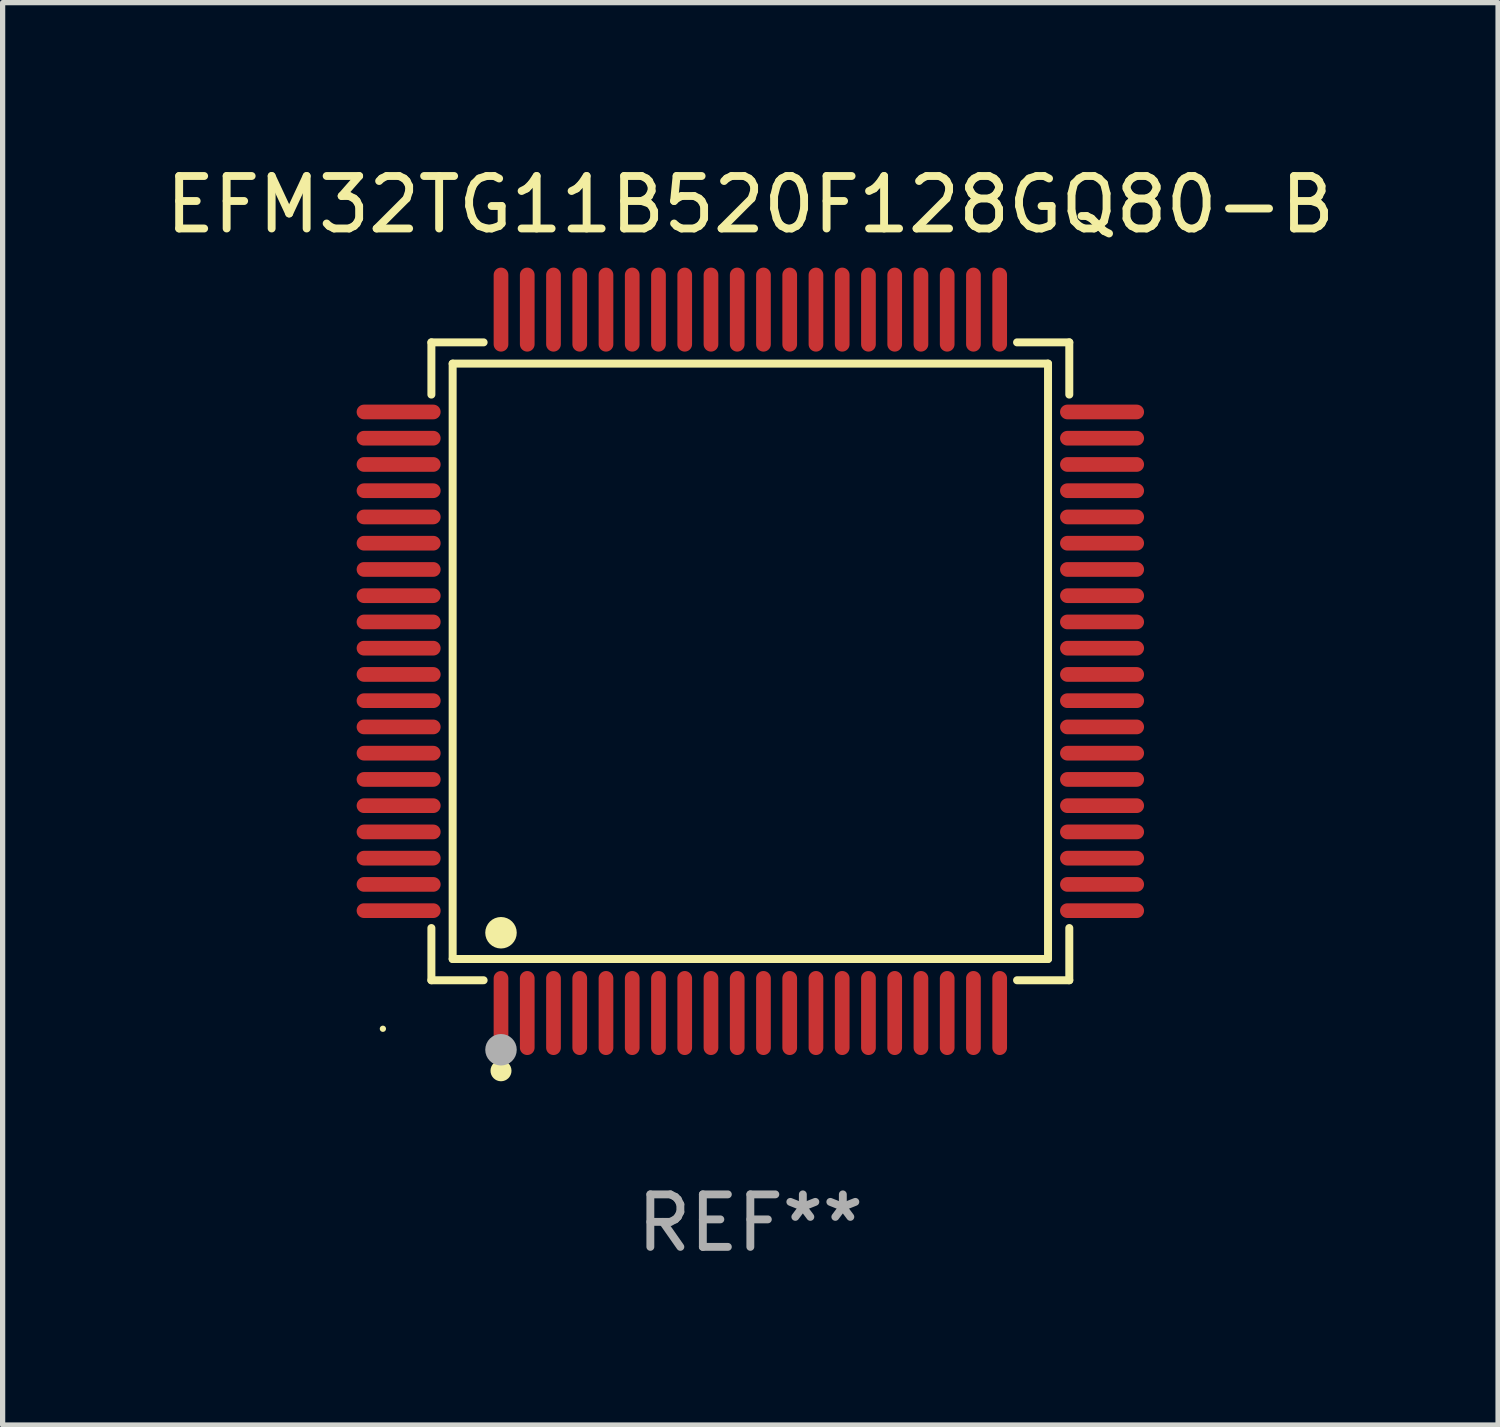
<source format=kicad_pcb>
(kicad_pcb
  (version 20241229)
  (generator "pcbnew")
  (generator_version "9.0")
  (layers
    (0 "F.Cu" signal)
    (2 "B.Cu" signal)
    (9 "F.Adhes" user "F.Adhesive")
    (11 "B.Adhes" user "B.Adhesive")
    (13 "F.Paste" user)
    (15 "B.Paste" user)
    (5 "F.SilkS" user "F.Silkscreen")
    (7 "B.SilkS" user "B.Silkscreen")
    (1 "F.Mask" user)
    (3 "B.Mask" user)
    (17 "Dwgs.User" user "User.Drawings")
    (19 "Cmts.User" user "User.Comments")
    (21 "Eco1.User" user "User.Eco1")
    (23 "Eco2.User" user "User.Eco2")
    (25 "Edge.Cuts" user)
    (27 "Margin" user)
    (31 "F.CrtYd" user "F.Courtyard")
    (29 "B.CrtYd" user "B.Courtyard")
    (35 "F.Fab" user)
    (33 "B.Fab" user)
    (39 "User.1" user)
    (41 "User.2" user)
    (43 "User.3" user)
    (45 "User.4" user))
  (footprint "EFM32TG11B520F128GQ80-B"
    (layer "F.Cu")
    (at 11.244 9.548)
    (property "Reference" "EFM32TG11B520F128GQ80-B" (at 0 -8.7 0) (layer "F.SilkS") (effects (font (size 1 1) (thickness 0.15))))
    (attr through_hole)
    (fp_line (start -6.076 -6.076) (end -5.081 -6.076) (stroke (width 0.152) (type solid)) (layer "F.SilkS"))
    (fp_line (start -6.076 -5.081) (end -6.076 -6.076) (stroke (width 0.152) (type solid)) (layer "F.SilkS"))
    (fp_line (start -6.076 5.081) (end -6.076 6.076) (stroke (width 0.152) (type solid)) (layer "F.SilkS"))
    (fp_line (start -6.076 6.076) (end -5.081 6.076) (stroke (width 0.152) (type solid)) (layer "F.SilkS"))
    (fp_line (start -5.671 -5.671) (end 5.671 -5.671) (stroke (width 0.152) (type solid)) (layer "F.SilkS"))
    (fp_line (start -5.671 5.671) (end -5.671 -5.671) (stroke (width 0.152) (type solid)) (layer "F.SilkS"))
    (fp_line (start 5.671 -5.671) (end 5.671 5.671) (stroke (width 0.152) (type solid)) (layer "F.SilkS"))
    (fp_line (start 5.671 5.671) (end -5.671 5.671) (stroke (width 0.152) (type solid)) (layer "F.SilkS"))
    (fp_line (start 6.076 -6.076) (end 5.081 -6.076) (stroke (width 0.152) (type solid)) (layer "F.SilkS"))
    (fp_line (start 6.076 -5.081) (end 6.076 -6.076) (stroke (width 0.152) (type solid)) (layer "F.SilkS"))
    (fp_line (start 6.076 5.081) (end 6.076 6.076) (stroke (width 0.152) (type solid)) (layer "F.SilkS"))
    (fp_line (start 6.076 6.076) (end 5.081 6.076) (stroke (width 0.152) (type solid)) (layer "F.SilkS"))
    (fp_circle (center -7 7) (end -6.97 7) (stroke (width 0.06) (type solid)) (fill no) (layer "F.SilkS"))
    (fp_circle (center -4.75 5.171) (end -4.6 5.171) (stroke (width 0.3) (type solid)) (fill no) (layer "F.SilkS"))
    (fp_circle (center -4.75 7.8) (end -4.65 7.8) (stroke (width 0.2) (type solid)) (fill no) (layer "F.SilkS"))
    (fp_circle (center -4.75 7.4) (end -4.6 7.4) (stroke (width 0.3) (type solid)) (fill no) (layer "F.Fab"))
    (fp_text user "REF**" (at 0 10.7 0) (layer "F.Fab") (effects (font (size 1 1) (thickness 0.15))))
    (pad "1" smd oval (at -4.75 6.7) (size 0.28 1.6) (layers "F.Cu" "F.Mask" "F.Paste"))
    (pad "2" smd oval (at -4.25 6.7) (size 0.28 1.6) (layers "F.Cu" "F.Mask" "F.Paste"))
    (pad "3" smd oval (at -3.75 6.7) (size 0.28 1.6) (layers "F.Cu" "F.Mask" "F.Paste"))
    (pad "4" smd oval (at -3.25 6.7) (size 0.28 1.6) (layers "F.Cu" "F.Mask" "F.Paste"))
    (pad "5" smd oval (at -2.75 6.7) (size 0.28 1.6) (layers "F.Cu" "F.Mask" "F.Paste"))
    (pad "6" smd oval (at -2.25 6.7) (size 0.28 1.6) (layers "F.Cu" "F.Mask" "F.Paste"))
    (pad "7" smd oval (at -1.75 6.7) (size 0.28 1.6) (layers "F.Cu" "F.Mask" "F.Paste"))
    (pad "8" smd oval (at -1.25 6.7) (size 0.28 1.6) (layers "F.Cu" "F.Mask" "F.Paste"))
    (pad "9" smd oval (at -0.75 6.7) (size 0.28 1.6) (layers "F.Cu" "F.Mask" "F.Paste"))
    (pad "10" smd oval (at -0.25 6.7) (size 0.28 1.6) (layers "F.Cu" "F.Mask" "F.Paste"))
    (pad "11" smd oval (at 0.25 6.7) (size 0.28 1.6) (layers "F.Cu" "F.Mask" "F.Paste"))
    (pad "12" smd oval (at 0.75 6.7) (size 0.28 1.6) (layers "F.Cu" "F.Mask" "F.Paste"))
    (pad "13" smd oval (at 1.25 6.7) (size 0.28 1.6) (layers "F.Cu" "F.Mask" "F.Paste"))
    (pad "14" smd oval (at 1.75 6.7) (size 0.28 1.6) (layers "F.Cu" "F.Mask" "F.Paste"))
    (pad "15" smd oval (at 2.25 6.7) (size 0.28 1.6) (layers "F.Cu" "F.Mask" "F.Paste"))
    (pad "16" smd oval (at 2.75 6.7) (size 0.28 1.6) (layers "F.Cu" "F.Mask" "F.Paste"))
    (pad "17" smd oval (at 3.25 6.7) (size 0.28 1.6) (layers "F.Cu" "F.Mask" "F.Paste"))
    (pad "18" smd oval (at 3.75 6.7) (size 0.28 1.6) (layers "F.Cu" "F.Mask" "F.Paste"))
    (pad "19" smd oval (at 4.25 6.7) (size 0.28 1.6) (layers "F.Cu" "F.Mask" "F.Paste"))
    (pad "20" smd oval (at 4.75 6.7) (size 0.28 1.6) (layers "F.Cu" "F.Mask" "F.Paste"))
    (pad "21" smd oval (at 6.7 4.75) (size 1.6 0.28) (layers "F.Cu" "F.Mask" "F.Paste"))
    (pad "22" smd oval (at 6.7 4.25) (size 1.6 0.28) (layers "F.Cu" "F.Mask" "F.Paste"))
    (pad "23" smd oval (at 6.7 3.75) (size 1.6 0.28) (layers "F.Cu" "F.Mask" "F.Paste"))
    (pad "24" smd oval (at 6.7 3.25) (size 1.6 0.28) (layers "F.Cu" "F.Mask" "F.Paste"))
    (pad "25" smd oval (at 6.7 2.75) (size 1.6 0.28) (layers "F.Cu" "F.Mask" "F.Paste"))
    (pad "26" smd oval (at 6.7 2.25) (size 1.6 0.28) (layers "F.Cu" "F.Mask" "F.Paste"))
    (pad "27" smd oval (at 6.7 1.75) (size 1.6 0.28) (layers "F.Cu" "F.Mask" "F.Paste"))
    (pad "28" smd oval (at 6.7 1.25) (size 1.6 0.28) (layers "F.Cu" "F.Mask" "F.Paste"))
    (pad "29" smd oval (at 6.7 0.75) (size 1.6 0.28) (layers "F.Cu" "F.Mask" "F.Paste"))
    (pad "30" smd oval (at 6.7 0.25) (size 1.6 0.28) (layers "F.Cu" "F.Mask" "F.Paste"))
    (pad "31" smd oval (at 6.7 -0.25) (size 1.6 0.28) (layers "F.Cu" "F.Mask" "F.Paste"))
    (pad "32" smd oval (at 6.7 -0.75) (size 1.6 0.28) (layers "F.Cu" "F.Mask" "F.Paste"))
    (pad "33" smd oval (at 6.7 -1.25) (size 1.6 0.28) (layers "F.Cu" "F.Mask" "F.Paste"))
    (pad "34" smd oval (at 6.7 -1.75) (size 1.6 0.28) (layers "F.Cu" "F.Mask" "F.Paste"))
    (pad "35" smd oval (at 6.7 -2.25) (size 1.6 0.28) (layers "F.Cu" "F.Mask" "F.Paste"))
    (pad "36" smd oval (at 6.7 -2.75) (size 1.6 0.28) (layers "F.Cu" "F.Mask" "F.Paste"))
    (pad "37" smd oval (at 6.7 -3.25) (size 1.6 0.28) (layers "F.Cu" "F.Mask" "F.Paste"))
    (pad "38" smd oval (at 6.7 -3.75) (size 1.6 0.28) (layers "F.Cu" "F.Mask" "F.Paste"))
    (pad "39" smd oval (at 6.7 -4.25) (size 1.6 0.28) (layers "F.Cu" "F.Mask" "F.Paste"))
    (pad "40" smd oval (at 6.7 -4.75) (size 1.6 0.28) (layers "F.Cu" "F.Mask" "F.Paste"))
    (pad "41" smd oval (at 4.75 -6.7) (size 0.28 1.6) (layers "F.Cu" "F.Mask" "F.Paste"))
    (pad "42" smd oval (at 4.25 -6.7) (size 0.28 1.6) (layers "F.Cu" "F.Mask" "F.Paste"))
    (pad "43" smd oval (at 3.75 -6.7) (size 0.28 1.6) (layers "F.Cu" "F.Mask" "F.Paste"))
    (pad "44" smd oval (at 3.25 -6.7) (size 0.28 1.6) (layers "F.Cu" "F.Mask" "F.Paste"))
    (pad "45" smd oval (at 2.75 -6.7) (size 0.28 1.6) (layers "F.Cu" "F.Mask" "F.Paste"))
    (pad "46" smd oval (at 2.25 -6.7) (size 0.28 1.6) (layers "F.Cu" "F.Mask" "F.Paste"))
    (pad "47" smd oval (at 1.75 -6.7) (size 0.28 1.6) (layers "F.Cu" "F.Mask" "F.Paste"))
    (pad "48" smd oval (at 1.25 -6.7) (size 0.28 1.6) (layers "F.Cu" "F.Mask" "F.Paste"))
    (pad "49" smd oval (at 0.75 -6.7) (size 0.28 1.6) (layers "F.Cu" "F.Mask" "F.Paste"))
    (pad "50" smd oval (at 0.25 -6.7) (size 0.28 1.6) (layers "F.Cu" "F.Mask" "F.Paste"))
    (pad "51" smd oval (at -0.25 -6.7) (size 0.28 1.6) (layers "F.Cu" "F.Mask" "F.Paste"))
    (pad "52" smd oval (at -0.75 -6.7) (size 0.28 1.6) (layers "F.Cu" "F.Mask" "F.Paste"))
    (pad "53" smd oval (at -1.25 -6.7) (size 0.28 1.6) (layers "F.Cu" "F.Mask" "F.Paste"))
    (pad "54" smd oval (at -1.75 -6.7) (size 0.28 1.6) (layers "F.Cu" "F.Mask" "F.Paste"))
    (pad "55" smd oval (at -2.25 -6.7) (size 0.28 1.6) (layers "F.Cu" "F.Mask" "F.Paste"))
    (pad "56" smd oval (at -2.75 -6.7) (size 0.28 1.6) (layers "F.Cu" "F.Mask" "F.Paste"))
    (pad "57" smd oval (at -3.25 -6.7) (size 0.28 1.6) (layers "F.Cu" "F.Mask" "F.Paste"))
    (pad "58" smd oval (at -3.75 -6.7) (size 0.28 1.6) (layers "F.Cu" "F.Mask" "F.Paste"))
    (pad "59" smd oval (at -4.25 -6.7) (size 0.28 1.6) (layers "F.Cu" "F.Mask" "F.Paste"))
    (pad "60" smd oval (at -4.75 -6.7) (size 0.28 1.6) (layers "F.Cu" "F.Mask" "F.Paste"))
    (pad "61" smd oval (at -6.7 -4.75) (size 1.6 0.28) (layers "F.Cu" "F.Mask" "F.Paste"))
    (pad "62" smd oval (at -6.7 -4.25) (size 1.6 0.28) (layers "F.Cu" "F.Mask" "F.Paste"))
    (pad "63" smd oval (at -6.7 -3.75) (size 1.6 0.28) (layers "F.Cu" "F.Mask" "F.Paste"))
    (pad "64" smd oval (at -6.7 -3.25) (size 1.6 0.28) (layers "F.Cu" "F.Mask" "F.Paste"))
    (pad "65" smd oval (at -6.7 -2.75) (size 1.6 0.28) (layers "F.Cu" "F.Mask" "F.Paste"))
    (pad "66" smd oval (at -6.7 -2.25) (size 1.6 0.28) (layers "F.Cu" "F.Mask" "F.Paste"))
    (pad "67" smd oval (at -6.7 -1.75) (size 1.6 0.28) (layers "F.Cu" "F.Mask" "F.Paste"))
    (pad "68" smd oval (at -6.7 -1.25) (size 1.6 0.28) (layers "F.Cu" "F.Mask" "F.Paste"))
    (pad "69" smd oval (at -6.7 -0.75) (size 1.6 0.28) (layers "F.Cu" "F.Mask" "F.Paste"))
    (pad "70" smd oval (at -6.7 -0.25) (size 1.6 0.28) (layers "F.Cu" "F.Mask" "F.Paste"))
    (pad "71" smd oval (at -6.7 0.25) (size 1.6 0.28) (layers "F.Cu" "F.Mask" "F.Paste"))
    (pad "72" smd oval (at -6.7 0.75) (size 1.6 0.28) (layers "F.Cu" "F.Mask" "F.Paste"))
    (pad "73" smd oval (at -6.7 1.25) (size 1.6 0.28) (layers "F.Cu" "F.Mask" "F.Paste"))
    (pad "74" smd oval (at -6.7 1.75) (size 1.6 0.28) (layers "F.Cu" "F.Mask" "F.Paste"))
    (pad "75" smd oval (at -6.7 2.25) (size 1.6 0.28) (layers "F.Cu" "F.Mask" "F.Paste"))
    (pad "76" smd oval (at -6.7 2.75) (size 1.6 0.28) (layers "F.Cu" "F.Mask" "F.Paste"))
    (pad "77" smd oval (at -6.7 3.25) (size 1.6 0.28) (layers "F.Cu" "F.Mask" "F.Paste"))
    (pad "78" smd oval (at -6.7 3.75) (size 1.6 0.28) (layers "F.Cu" "F.Mask" "F.Paste"))
    (pad "79" smd oval (at -6.7 4.25) (size 1.6 0.28) (layers "F.Cu" "F.Mask" "F.Paste"))
    (pad "80" smd oval (at -6.7 4.75) (size 1.6 0.28) (layers "F.Cu" "F.Mask" "F.Paste")))
  (gr_rect
    (start -3 -3)
    (end 25.488 24.097)
    (stroke (width 0.1) (type default))
    (fill no)
    (layer "Edge.Cuts")))
</source>
